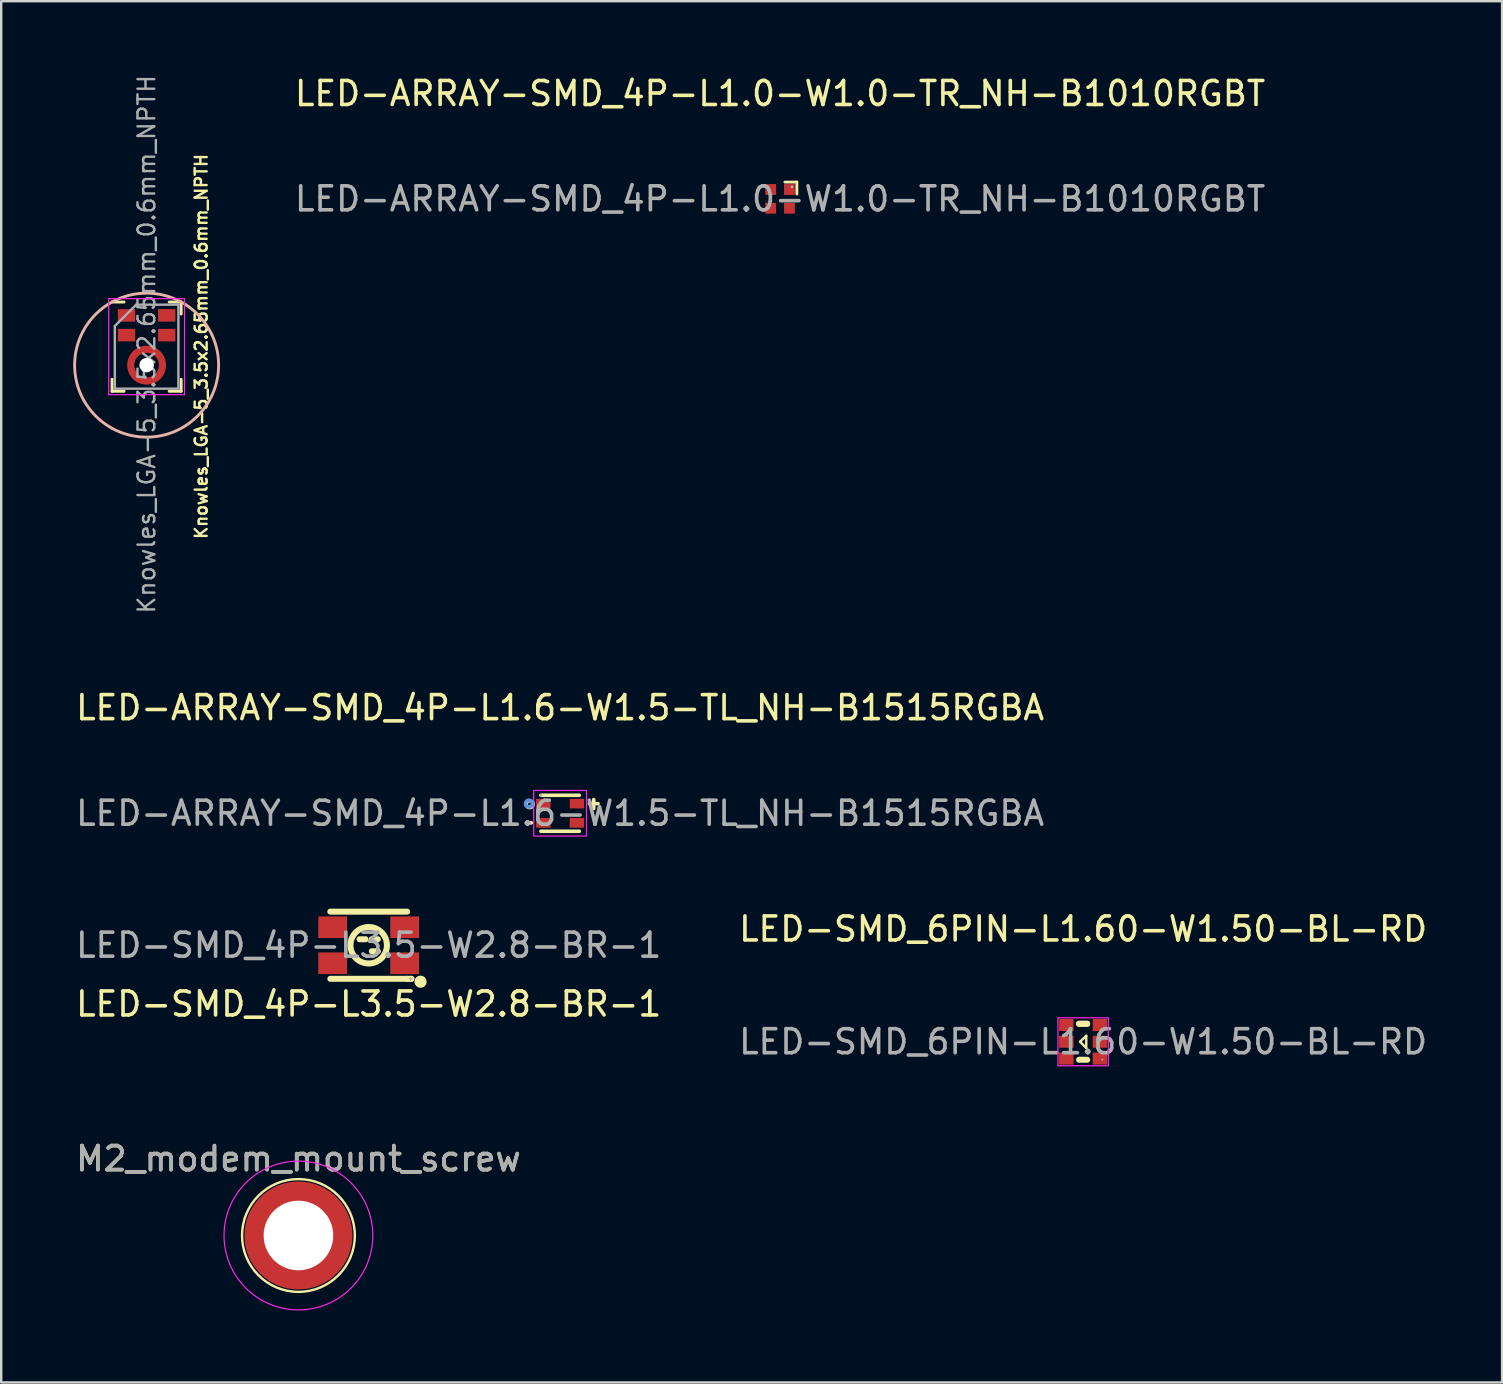
<source format=kicad_pcb>
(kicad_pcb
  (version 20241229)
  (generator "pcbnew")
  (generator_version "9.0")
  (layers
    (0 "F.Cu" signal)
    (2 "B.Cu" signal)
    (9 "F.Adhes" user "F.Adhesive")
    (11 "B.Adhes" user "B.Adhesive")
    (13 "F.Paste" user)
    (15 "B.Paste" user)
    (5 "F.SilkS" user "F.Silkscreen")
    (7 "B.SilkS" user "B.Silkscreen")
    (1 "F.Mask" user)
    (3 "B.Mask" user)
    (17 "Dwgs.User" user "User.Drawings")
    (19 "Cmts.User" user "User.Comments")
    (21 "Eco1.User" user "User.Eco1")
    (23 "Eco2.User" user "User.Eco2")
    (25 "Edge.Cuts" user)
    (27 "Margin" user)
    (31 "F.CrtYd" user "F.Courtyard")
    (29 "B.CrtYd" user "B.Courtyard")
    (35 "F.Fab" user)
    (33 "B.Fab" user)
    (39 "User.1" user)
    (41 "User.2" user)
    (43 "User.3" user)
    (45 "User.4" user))
  (footprint "LED-ARRAY-SMD_4P-L1.0-W1.0-TR_NH-B1010RGBT"
    (layer "F.Cu")
    (at 29.459 5.238)
    (property "Reference" "LED-ARRAY-SMD_4P-L1.0-W1.0-TR_NH-B1010RGBT" (at 0 -4.39 0) (layer "F.SilkS") (effects (font (size 1 1) (thickness 0.15))))
    (attr smd)
    (fp_line (start 0.2 -0.7) (end 0.7 -0.7) (stroke (width 0.12) (type default)) (layer "F.SilkS"))
    (fp_line (start 0.7 -0.7) (end 0.7 -0.2) (stroke (width 0.12) (type default)) (layer "F.SilkS"))
    (fp_circle (center 0.5 -0.5) (end 0.53 -0.5) (stroke (width 0.06) (type solid)) (fill no) (layer "F.Fab"))
    (fp_text user "${REFERENCE}" (at 0 0 0) (layer "F.Fab") (effects (font (size 1 1) (thickness 0.15))))
    (pad "1" smd rect (at 0.39 -0.39) (size 0.45 0.45) (layers "F.Cu" "F.Mask" "F.Paste"))
    (pad "2" smd rect (at 0.39 0.39) (size 0.45 0.45) (layers "F.Cu" "F.Mask" "F.Paste"))
    (pad "3" smd rect (at -0.39 0.39) (size 0.45 0.45) (layers "F.Cu" "F.Mask" "F.Paste"))
    (pad "4" smd rect (at -0.39 -0.39) (size 0.45 0.45) (layers "F.Cu" "F.Mask" "F.Paste")))
  (footprint "M2_modem_mount_screw"
    (layer "F.Cu")
    (at 9.387 48.438)
    (property "Reference" "M2_modem_mount_screw" (at 0 -3.2 0) (layer "F.SilkS") (effects (font (size 1 1) (thickness 0.15))))
    (attr smd)
    (fp_circle (center 0 0) (end 2.35 0) (stroke (width 0.1) (type solid)) (fill no) (layer "F.SilkS"))
    (fp_arc (start -1.9 0) (mid -1.661821 -0.92106) (end -1.006998 -1.611197) (stroke (width 0.7) (type default)) (layer "F.Paste"))
    (fp_arc (start 0 -1.9) (mid 0.92106 -1.661821) (end 1.611197 -1.006998) (stroke (width 0.7) (type default)) (layer "F.Paste"))
    (fp_arc (start 0 1.9) (mid -0.92106 1.661821) (end -1.611197 1.006998) (stroke (width 0.7) (type default)) (layer "F.Paste"))
    (fp_arc (start 1.9 0) (mid 1.661821 0.92106) (end 1.006998 1.611197) (stroke (width 0.7) (type default)) (layer "F.Paste"))
    (fp_circle (center 0 0) (end 3.1 0) (stroke (width 0.05) (type default)) (fill no) (layer "F.CrtYd"))
    (fp_text user "${REFERENCE}" (at 0 -3.2 0) (layer "F.Fab") (effects (font (size 1 1) (thickness 0.15))))
    (pad "1" thru_hole circle (at 0 0) (size 3.1 3.1) (drill 2.9) (property pad_prop_heatsink) (layers "*.Cu" "F.Mask") (remove_unused_layers yes) (zone_layer_connections))
    (pad "1" smd circle (at 0 0) (size 4.5 4.5) (property pad_prop_heatsink) (layers "F.Cu" "F.Mask")))
  (footprint "LED-SMD_4P-L3.5-W2.8-BR-1"
    (layer "F.Cu")
    (at 12.315 36.342)
    (property "Reference" "LED-SMD_4P-L3.5-W2.8-BR-1" (at 0 2.45 0) (layer "F.SilkS") (effects (font (size 1 1) (thickness 0.15))))
    (attr smd)
    (fp_line (start -1.6 -1.4) (end 1.6 -1.4) (stroke (width 0.25) (type solid)) (layer "F.SilkS"))
    (fp_line (start -0.13 -0.25) (end -0.38 -0.25) (stroke (width 0.25) (type solid)) (layer "F.SilkS"))
    (fp_line (start 0.38 -0.25) (end 0.13 -0.25) (stroke (width 0.25) (type solid)) (layer "F.SilkS"))
    (fp_line (start 0.38 0.25) (end 0.13 0.25) (stroke (width 0.25) (type solid)) (layer "F.SilkS"))
    (fp_line (start 1.6 1.4) (end -1.6 1.4) (stroke (width 0.25) (type solid)) (layer "F.SilkS"))
    (fp_line (start 1.6 1.4) (end 1.78 1.4) (stroke (width 0.25) (type solid)) (layer "F.SilkS"))
    (fp_line (start 1.78 1.4) (end 1.78 1.4) (stroke (width 0.25) (type solid)) (layer "F.SilkS"))
    (fp_circle (center 0 0) (end 0.76 0) (stroke (width 0.25) (type solid)) (fill no) (layer "F.SilkS"))
    (fp_circle (center 2.16 1.52) (end 2.29 1.52) (stroke (width 0.25) (type solid)) (fill no) (layer "F.SilkS"))
    (fp_circle (center 1.75 1.4) (end 1.78 1.4) (stroke (width 0.06) (type solid)) (fill no) (layer "F.Fab"))
    (fp_text user "${REFERENCE}" (at 0 0 0) (layer "F.Fab") (effects (font (size 1 1) (thickness 0.15))))
    (pad "1" smd rect (at 1.5 0.75 180) (size 1.2 0.9) (layers "F.Cu" "F.Mask" "F.Paste"))
    (pad "2" smd rect (at 1.5 -0.75 180) (size 1.2 0.9) (layers "F.Cu" "F.Mask" "F.Paste"))
    (pad "3" smd rect (at -1.5 -0.75 180) (size 1.2 0.9) (layers "F.Cu" "F.Mask" "F.Paste"))
    (pad "4" smd rect (at -1.5 0.75 180) (size 1.2 0.9) (layers "F.Cu" "F.Mask" "F.Paste")))
  (footprint "LED-SMD_6PIN-L1.60-W1.50-BL-RD"
    (layer "F.Cu")
    (at 42.089 40.365)
    (property "Reference" "LED-SMD_6PIN-L1.60-W1.50-BL-RD" (at 0 -4.7 0) (layer "F.SilkS") (effects (font (size 1 1) (thickness 0.15))))
    (attr smd)
    (fp_line (start -0.13 0) (end 0.13 0.26) (stroke (width 0.1) (type solid)) (layer "F.SilkS"))
    (fp_line (start 0.13 -0.25) (end -0.13 0) (stroke (width 0.1) (type solid)) (layer "F.SilkS"))
    (fp_line (start 0.13 0.26) (end 0.13 -0.25) (stroke (width 0.1) (type solid)) (layer "F.SilkS"))
    (fp_line (start 0.17 -0.75) (end -0.17 -0.75) (stroke (width 0.25) (type solid)) (layer "F.SilkS"))
    (fp_line (start 0.17 -0.75) (end -0.17 -0.75) (stroke (width 0.25) (type solid)) (layer "F.SilkS"))
    (fp_line (start 0.17 0.75) (end -0.17 0.75) (stroke (width 0.25) (type solid)) (layer "F.SilkS"))
    (fp_rect (start -1.05 -1) (end 1.05 1) (stroke (width 0.05) (type solid)) (fill no) (layer "F.CrtYd"))
    (fp_circle (center 0.8 0.75) (end 0.82 0.75) (stroke (width 0.04) (type solid)) (fill no) (layer "F.Fab"))
    (fp_text user "${REFERENCE}" (at 0 0 0) (layer "F.Fab") (effects (font (size 1 1) (thickness 0.15))))
    (pad "1" smd rect (at 0.7 0.7 90) (size 0.5 0.6) (layers "F.Cu" "F.Mask" "F.Paste"))
    (pad "2" smd rect (at 0.7 0 90) (size 0.5 0.6) (layers "F.Cu" "F.Mask" "F.Paste"))
    (pad "3" smd rect (at 0.7 -0.7 90) (size 0.5 0.6) (layers "F.Cu" "F.Mask" "F.Paste"))
    (pad "4" smd rect (at -0.7 -0.7 90) (size 0.5 0.6) (layers "F.Cu" "F.Mask" "F.Paste"))
    (pad "5" smd rect (at -0.7 0 90) (size 0.5 0.6) (layers "F.Cu" "F.Mask" "F.Paste"))
    (pad "6" smd rect (at -0.7 0.7 90) (size 0.5 0.6) (layers "F.Cu" "F.Mask" "F.Paste")))
  (footprint "LED-ARRAY-SMD_4P-L1.6-W1.5-TL_NH-B1515RGBA"
    (layer "F.Cu")
    (at 20.292 30.842)
    (property "Reference" "LED-ARRAY-SMD_4P-L1.6-W1.5-TL_NH-B1515RGBA" (at 0 -4.4 0) (layer "F.SilkS") (effects (font (size 1 1) (thickness 0.15))))
    (attr smd)
    (fp_line (start -1.4 0.4) (end -1.2 0.4) (stroke (width 0.15) (type solid)) (layer "F.SilkS"))
    (fp_line (start -0.8 -0.75) (end 0.8 -0.75) (stroke (width 0.15) (type solid)) (layer "F.SilkS"))
    (fp_line (start -0.8 0.75) (end 0.8 0.75) (stroke (width 0.15) (type solid)) (layer "F.SilkS"))
    (fp_line (start 1.22 -0.4) (end 1.58 -0.4) (stroke (width 0.15) (type solid)) (layer "F.SilkS"))
    (fp_line (start 1.4 -0.2) (end 1.4 -0.57) (stroke (width 0.15) (type solid)) (layer "F.SilkS"))
    (fp_circle (center -1.27 -0.38) (end -1.2 -0.38) (stroke (width 0.15) (type solid)) (fill no) (layer "F.SilkS"))
    (fp_circle (center -1.3 -0.4) (end -1.23 -0.4) (stroke (width 0.15) (type solid)) (fill no) (layer "Cmts.User"))
    (fp_rect (start -1.1 -0.95) (end 1.1 0.95) (stroke (width 0.05) (type default)) (fill no) (layer "F.CrtYd"))
    (fp_circle (center -0.8 -0.75) (end -0.77 -0.75) (stroke (width 0.06) (type solid)) (fill no) (layer "F.Fab"))
    (fp_text user "${REFERENCE}" (at 0 0 0) (layer "F.Fab") (effects (font (size 1 1) (thickness 0.15))))
    (pad "1" smd rect (at -0.7 -0.4 270) (size 0.4 0.6) (layers "F.Cu" "F.Mask" "F.Paste"))
    (pad "2" smd rect (at 0.7 -0.4 270) (size 0.4 0.6) (layers "F.Cu" "F.Mask" "F.Paste"))
    (pad "3" smd rect (at 0.7 0.4 270) (size 0.4 0.6) (layers "F.Cu" "F.Mask" "F.Paste"))
    (pad "4" smd rect (at -0.7 0.4 270) (size 0.4 0.6) (layers "F.Cu" "F.Mask" "F.Paste")))
  (footprint "Knowles_LGA-5_3.5x2.65mm_0.6mm_NPTH"
    (layer "F.Cu")
    (at 3.06 11.397)
    (property "Reference" "Knowles_LGA-5_3.5x2.65mm_0.6mm_NPTH" (at 2.276 -0.008 90) (layer "F.SilkS") (effects (font (size 0.5 0.5) (thickness 0.1))))
    (attr smd)
    (fp_line (start -1.44 1.36) (end -1.44 1.86) (stroke (width 0.12) (type solid)) (layer "F.SilkS"))
    (fp_line (start -0.94 -1.86) (end -1.44 -1.86) (stroke (width 0.12) (type solid)) (layer "F.SilkS"))
    (fp_line (start -0.94 1.86) (end -1.44 1.86) (stroke (width 0.12) (type solid)) (layer "F.SilkS"))
    (fp_line (start 1.44 -1.86) (end 0.94 -1.86) (stroke (width 0.12) (type solid)) (layer "F.SilkS"))
    (fp_line (start 1.44 -1.86) (end 1.44 -1.36) (stroke (width 0.12) (type solid)) (layer "F.SilkS"))
    (fp_line (start 1.44 1.36) (end 1.44 1.86) (stroke (width 0.12) (type solid)) (layer "F.SilkS"))
    (fp_line (start 1.44 1.86) (end 0.94 1.86) (stroke (width 0.12) (type solid)) (layer "F.SilkS"))
    (fp_circle (center 0 0.77) (end 3 0.77) (stroke (width 0.12) (type default)) (fill no) (layer "B.SilkS"))
    (fp_arc (start -0.6 0.49) (mid -0.464769 0.298418) (end -0.271239 0.165989) (stroke (width 0.3) (type solid)) (layer "F.Paste"))
    (fp_arc (start -0.28 1.37) (mid -0.471582 1.234769) (end -0.604011 1.041239) (stroke (width 0.3) (type solid)) (layer "F.Paste"))
    (fp_arc (start 0.28 0.17) (mid 0.471401 0.305047) (end 0.603799 0.49829) (stroke (width 0.3) (type solid)) (layer "F.Paste"))
    (fp_arc (start 0.6 1.05) (mid 0.464769 1.241582) (end 0.271239 1.374011) (stroke (width 0.3) (type solid)) (layer "F.Paste"))
    (fp_line (start -1.58 -2) (end 1.58 -2) (stroke (width 0.05) (type solid)) (layer "F.CrtYd"))
    (fp_line (start -1.58 2) (end -1.58 -2) (stroke (width 0.05) (type solid)) (layer "F.CrtYd"))
    (fp_line (start 1.58 -2) (end 1.58 2) (stroke (width 0.05) (type solid)) (layer "F.CrtYd"))
    (fp_line (start 1.58 2) (end -1.58 2) (stroke (width 0.05) (type solid)) (layer "F.CrtYd"))
    (fp_line (start -1.325 1.75) (end -1.325 -0.86) (stroke (width 0.1) (type solid)) (layer "F.Fab"))
    (fp_line (start -0.435 -1.75) (end -1.325 -0.86) (stroke (width 0.1) (type solid)) (layer "F.Fab"))
    (fp_line (start 1.325 -1.75) (end -0.435 -1.75) (stroke (width 0.1) (type solid)) (layer "F.Fab"))
    (fp_line (start 1.325 -1.75) (end 1.325 1.75) (stroke (width 0.1) (type solid)) (layer "F.Fab"))
    (fp_line (start 1.325 1.75) (end -1.325 1.75) (stroke (width 0.1) (type solid)) (layer "F.Fab"))
    (fp_text user "${REFERENCE}" (at 0 -0.1 90) (layer "F.Fab") (effects (font (size 0.7 0.7) (thickness 0.1))))
    (pad "" np_thru_hole circle (at 0 0.77) (size 0.6 0.6) (drill 0.6) (layers "*.Cu" "*.Mask"))
    (pad "1" smd rect (at -0.838 -1.304) (size 0.725 0.522) (layers "F.Cu" "F.Mask" "F.Paste"))
    (pad "2" smd rect (at -0.838 -0.482) (size 0.725 0.522) (layers "F.Cu" "F.Mask" "F.Paste"))
    (pad "3" smd custom (at 0 1.433) (size 0.3 0.3) (layers "F.Cu" "F.Mask") (options (anchor circle)) (primitives (gr_circle (center 0 -0.662) (end 0.662 -0.662) (width 0.3) (fill no))))
    (pad "4" smd rect (at 0.838 -0.482) (size 0.725 0.522) (layers "F.Cu" "F.Mask" "F.Paste"))
    (pad "5" smd rect (at 0.838 -1.304) (size 0.725 0.522) (layers "F.Cu" "F.Mask" "F.Paste")))
  (gr_rect
    (start -3 -3)
    (end 59.548 54.563)
    (stroke (width 0.1) (type default))
    (fill no)
    (layer "Edge.Cuts")))
</source>
